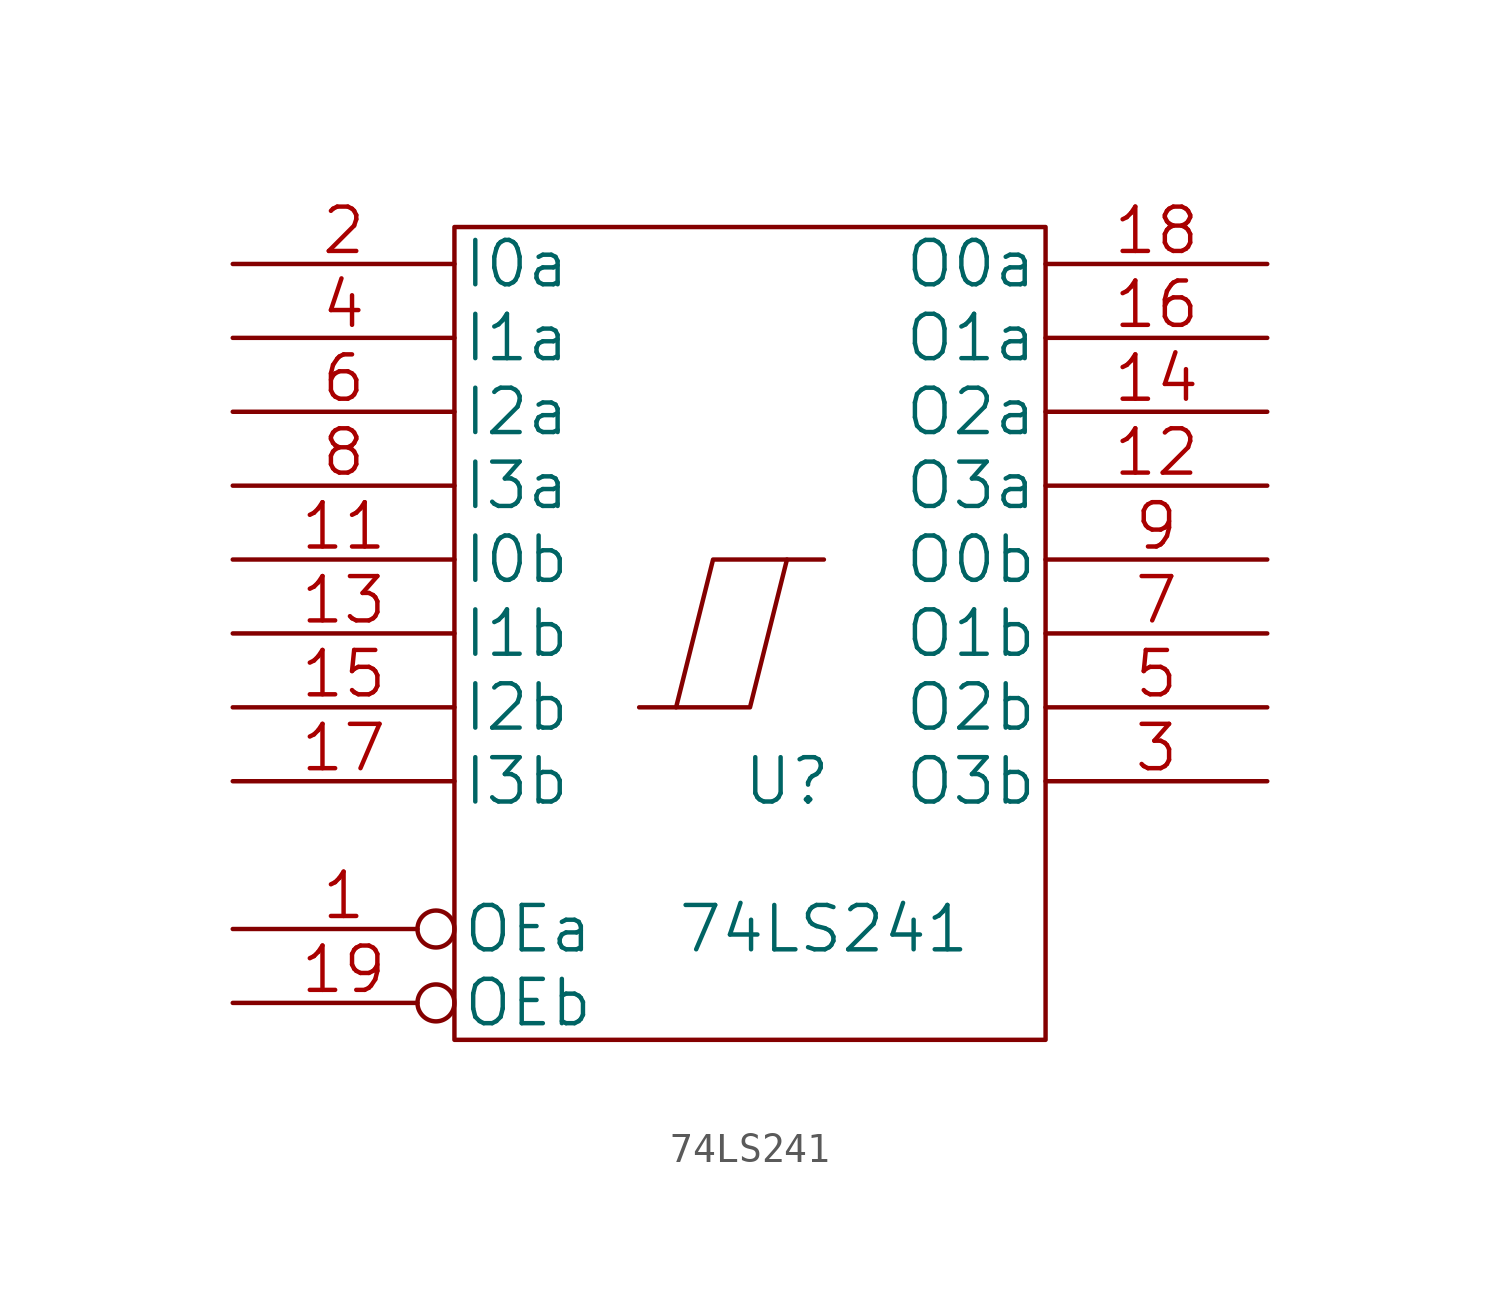
<source format=kicad_sym>
(kicad_symbol_lib
  (version 20211014)
  (generator kicad_symbol_editor)
  (symbol "74LS241"
    (pin_names
      (offset 0.254))
    (property "Reference" "U"
      (at 1.27 -5.08 0)
      (effects (font (size 1.524 1.524))))
    (property "Value" "74LS241"
      (at 2.54 -10.16 0)
      (effects (font (size 1.524 1.524))))
    (property "Footprint" ""
      (at 0 0 0)
      (effects (font (size 1.524 1.524))))
    (property "Datasheet" ""
      (at 0 0 0)
      (effects (font (size 1.524 1.524))))
    (symbol "74LS241_0_1"
      (rectangle (start -10.16 13.97) (end 10.16 -13.97) (stroke (width 0) (type default) (color 0 0 0 0)) (fill (type none)))
      (polyline (pts (xy 1.27 2.54) (xy 0 -2.54) (xy -2.54 -2.54)) (stroke (width 0) (type default) (color 0 0 0 0)) (fill (type none)))
      (polyline (pts (xy 2.54 2.54) (xy -1.27 2.54) (xy -2.54 -2.54) (xy -3.81 -2.54)) (stroke (width 0) (type default) (color 0 0 0 0)) (fill (type none))))
    (symbol "74LS241_1_1"
      (pin input inverted (at -17.78 -10.16 0) (length 7.62) (name "OEa" (effects (font (size 1.524 1.524)))) (number "1" (effects (font (size 1.524 1.524)))))
      (pin input line (at -17.78 2.54 0) (length 7.62) (name "I0b" (effects (font (size 1.524 1.524)))) (number "11" (effects (font (size 1.524 1.524)))))
      (pin tri_state line (at 17.78 5.08 180) (length 7.62) (name "O3a" (effects (font (size 1.524 1.524)))) (number "12" (effects (font (size 1.524 1.524)))))
      (pin input line (at -17.78 0 0) (length 7.62) (name "I1b" (effects (font (size 1.524 1.524)))) (number "13" (effects (font (size 1.524 1.524)))))
      (pin tri_state line (at 17.78 7.62 180) (length 7.62) (name "O2a" (effects (font (size 1.524 1.524)))) (number "14" (effects (font (size 1.524 1.524)))))
      (pin input line (at -17.78 -2.54 0) (length 7.62) (name "I2b" (effects (font (size 1.524 1.524)))) (number "15" (effects (font (size 1.524 1.524)))))
      (pin tri_state line (at 17.78 10.16 180) (length 7.62) (name "O1a" (effects (font (size 1.524 1.524)))) (number "16" (effects (font (size 1.524 1.524)))))
      (pin input line (at -17.78 -5.08 0) (length 7.62) (name "I3b" (effects (font (size 1.524 1.524)))) (number "17" (effects (font (size 1.524 1.524)))))
      (pin tri_state line (at 17.78 12.7 180) (length 7.62) (name "O0a" (effects (font (size 1.524 1.524)))) (number "18" (effects (font (size 1.524 1.524)))))
      (pin input inverted (at -17.78 -12.7 0) (length 7.62) (name "OEb" (effects (font (size 1.524 1.524)))) (number "19" (effects (font (size 1.524 1.524)))))
      (pin input line (at -17.78 12.7 0) (length 7.62) (name "I0a" (effects (font (size 1.524 1.524)))) (number "2" (effects (font (size 1.524 1.524)))))
      (pin tri_state line (at 17.78 -5.08 180) (length 7.62) (name "O3b" (effects (font (size 1.524 1.524)))) (number "3" (effects (font (size 1.524 1.524)))))
      (pin input line (at -17.78 10.16 0) (length 7.62) (name "I1a" (effects (font (size 1.524 1.524)))) (number "4" (effects (font (size 1.524 1.524)))))
      (pin tri_state line (at 17.78 -2.54 180) (length 7.62) (name "O2b" (effects (font (size 1.524 1.524)))) (number "5" (effects (font (size 1.524 1.524)))))
      (pin input line (at -17.78 7.62 0) (length 7.62) (name "I2a" (effects (font (size 1.524 1.524)))) (number "6" (effects (font (size 1.524 1.524)))))
      (pin tri_state line (at 17.78 0 180) (length 7.62) (name "O1b" (effects (font (size 1.524 1.524)))) (number "7" (effects (font (size 1.524 1.524)))))
      (pin input line (at -17.78 5.08 0) (length 7.62) (name "I3a" (effects (font (size 1.524 1.524)))) (number "8" (effects (font (size 1.524 1.524)))))
      (pin tri_state line (at 17.78 2.54 180) (length 7.62) (name "O0b" (effects (font (size 1.524 1.524)))) (number "9" (effects (font (size 1.524 1.524))))))))
</source>
